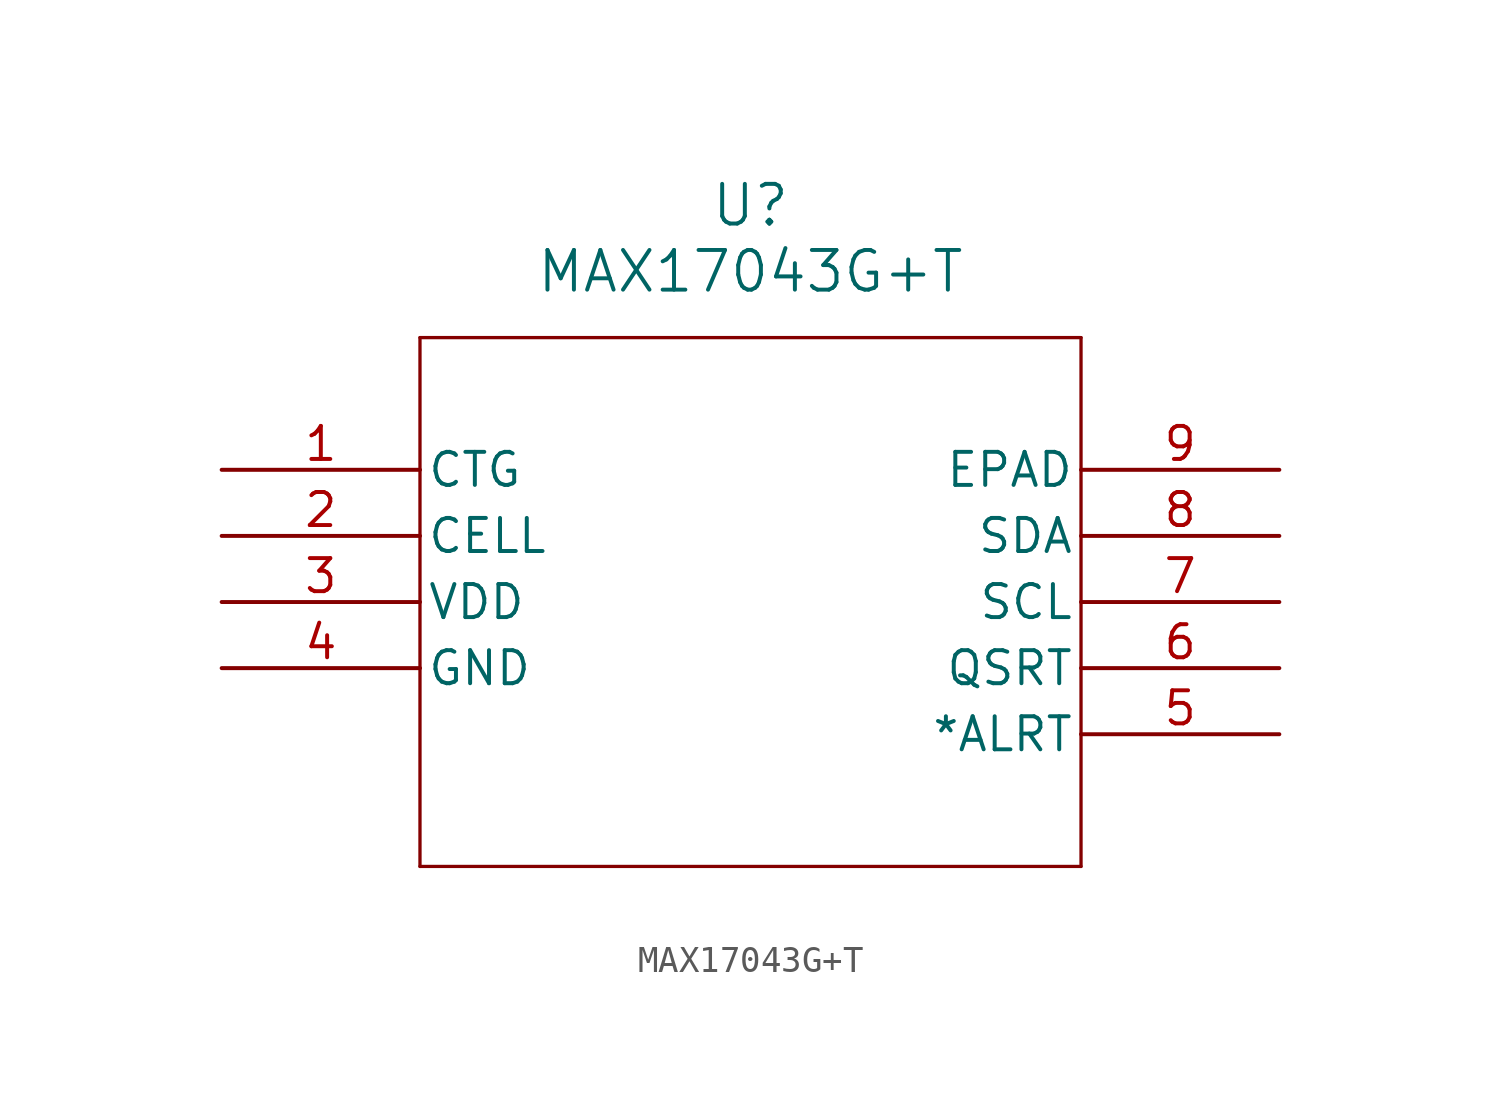
<source format=kicad_sym>
(kicad_symbol_lib
  (version 20211014)
  (generator kicad_symbol_editor)
  (symbol "MAX17043G+T"
    (pin_names
      (offset 0.254))
    (property "Reference" "U"
      (at 20.32 10.16 0)
      (effects (font (size 1.524 1.524))))
    (property "Value" "MAX17043G+T"
      (at 20.32 7.62 0)
      (effects (font (size 1.524 1.524))))
    (symbol "MAX17043G+T_0_1"
      (polyline (pts (xy 7.62 5.08) (xy 7.62 -15.24)) (stroke (width 0.127) (type default) (color 0 0 0 0)) (fill (type none)))
      (polyline (pts (xy 7.62 -15.24) (xy 33.02 -15.24)) (stroke (width 0.127) (type default) (color 0 0 0 0)) (fill (type none)))
      (polyline (pts (xy 33.02 -15.24) (xy 33.02 5.08)) (stroke (width 0.127) (type default) (color 0 0 0 0)) (fill (type none)))
      (polyline (pts (xy 33.02 5.08) (xy 7.62 5.08)) (stroke (width 0.127) (type default) (color 0 0 0 0)) (fill (type none)))
      (pin power_out line (at 0 0 0) (length 7.62) (name "CTG" (effects (font (size 1.27 1.27)))) (number "1" (effects (font (size 1.27 1.27)))))
      (pin input line (at 0 -2.54 0) (length 7.62) (name "CELL" (effects (font (size 1.27 1.27)))) (number "2" (effects (font (size 1.27 1.27)))))
      (pin power_out line (at 0 -5.08 0) (length 7.62) (name "VDD" (effects (font (size 1.27 1.27)))) (number "3" (effects (font (size 1.27 1.27)))))
      (pin input line (at 0 -7.62 0) (length 7.62) (name "GND" (effects (font (size 1.27 1.27)))) (number "4" (effects (font (size 1.27 1.27)))))
      (pin output line (at 40.64 -10.16 180) (length 7.62) (name "*ALRT" (effects (font (size 1.27 1.27)))) (number "5" (effects (font (size 1.27 1.27)))))
      (pin input line (at 40.64 -7.62 180) (length 7.62) (name "QSRT" (effects (font (size 1.27 1.27)))) (number "6" (effects (font (size 1.27 1.27)))))
      (pin input line (at 40.64 -5.08 180) (length 7.62) (name "SCL" (effects (font (size 1.27 1.27)))) (number "7" (effects (font (size 1.27 1.27)))))
      (pin bidirectional line (at 40.64 -2.54 180) (length 7.62) (name "SDA" (effects (font (size 1.27 1.27)))) (number "8" (effects (font (size 1.27 1.27)))))
      (pin power_in line (at 40.64 0 180) (length 7.62) (name "EPAD" (effects (font (size 1.27 1.27)))) (number "9" (effects (font (size 1.27 1.27))))))))
</source>
